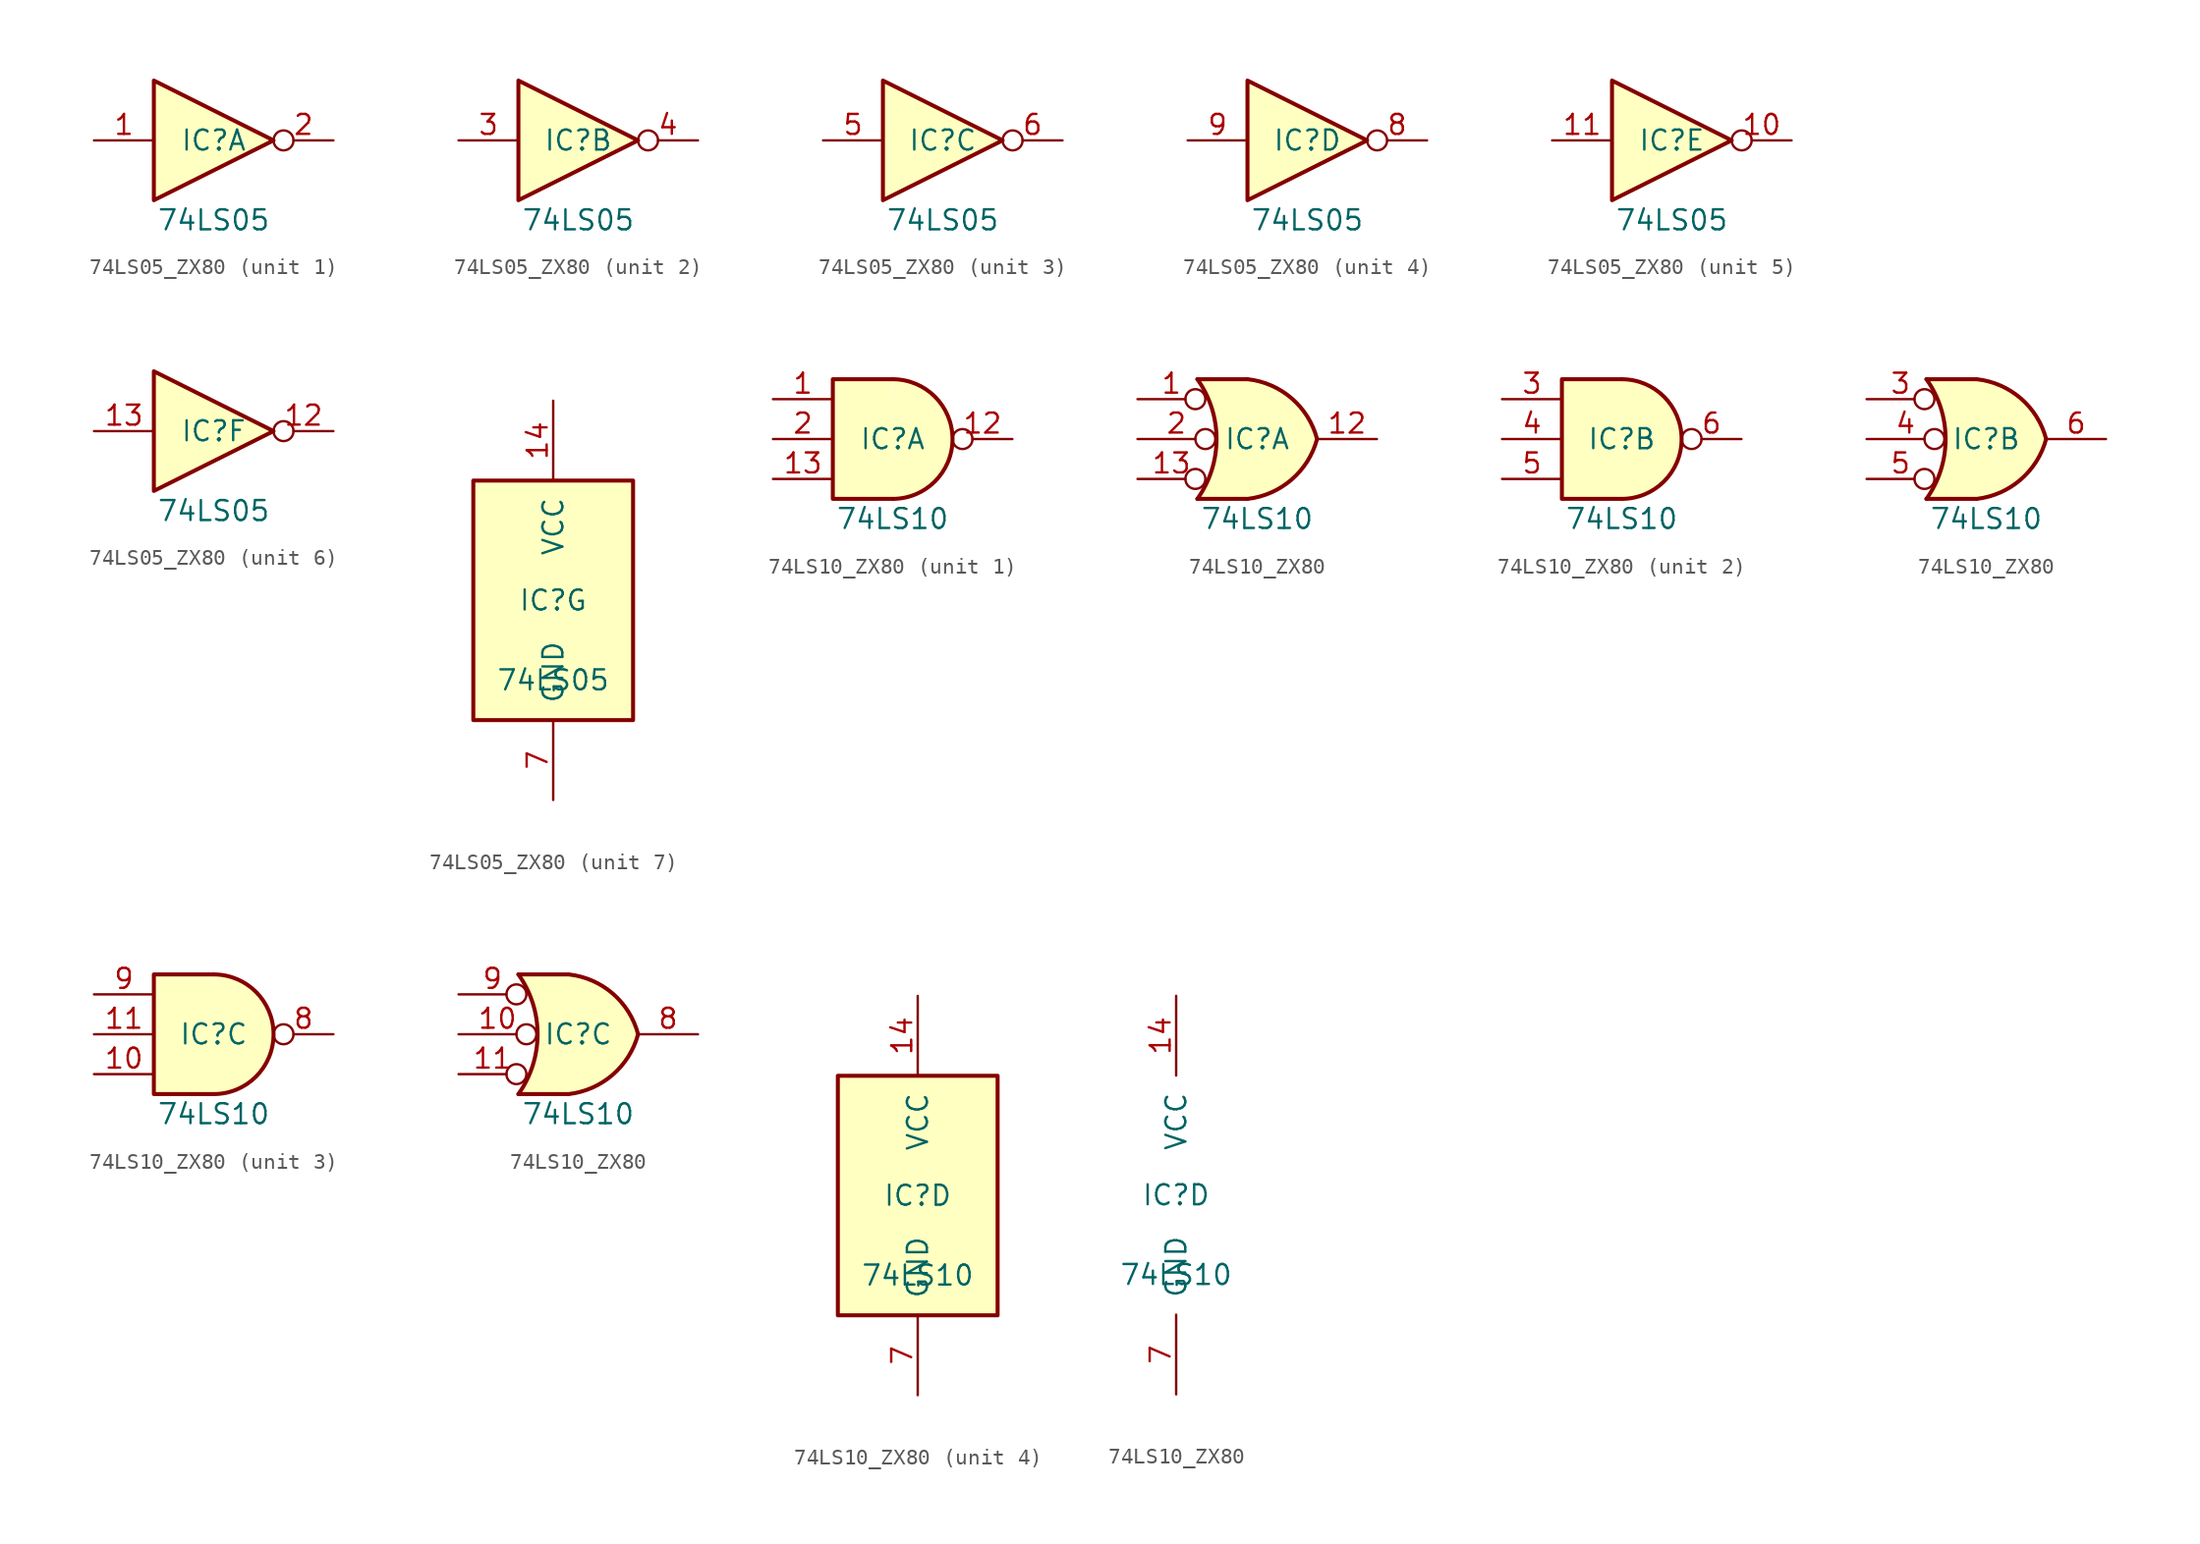
<source format=kicad_sym>
(kicad_symbol_lib
  (version 20220914)
  (generator kicad_symbol_editor)
  (symbol "74LS05_ZX80"
    (pin_names
      (offset 1.016))
    (property "Reference" "IC"
      (at 0 0 0)
      (effects (font (size 1.27 1.27))))
    (property "Value" "74LS05"
      (at 0 -5.08 0)
      (effects (font (size 1.27 1.27))))
    (property "ki_locked" ""
      (at 0 0 0)
      (effects (font (size 1.27 1.27))))
    (symbol "74LS05_ZX80_1_0"
      (polyline (pts (xy -3.81 3.81) (xy -3.81 -3.81) (xy 3.81 0) (xy -3.81 3.81)) (stroke (width 0.254) (type default)) (fill (type background)))
      (pin input line (at -7.62 0 0) (length 3.81) (name "~" (effects (font (size 1.27 1.27)))) (number "1" (effects (font (size 1.27 1.27)))))
      (pin open_collector inverted (at 7.62 0 180) (length 3.81) (name "~" (effects (font (size 1.27 1.27)))) (number "2" (effects (font (size 1.27 1.27))))))
    (symbol "74LS05_ZX80_2_0"
      (polyline (pts (xy -3.81 3.81) (xy -3.81 -3.81) (xy 3.81 0) (xy -3.81 3.81)) (stroke (width 0.254) (type default)) (fill (type background)))
      (pin input line (at -7.62 0 0) (length 3.81) (name "~" (effects (font (size 1.27 1.27)))) (number "3" (effects (font (size 1.27 1.27)))))
      (pin open_collector inverted (at 7.62 0 180) (length 3.81) (name "~" (effects (font (size 1.27 1.27)))) (number "4" (effects (font (size 1.27 1.27))))))
    (symbol "74LS05_ZX80_3_0"
      (polyline (pts (xy -3.81 3.81) (xy -3.81 -3.81) (xy 3.81 0) (xy -3.81 3.81)) (stroke (width 0.254) (type default)) (fill (type background)))
      (pin input line (at -7.62 0 0) (length 3.81) (name "~" (effects (font (size 1.27 1.27)))) (number "5" (effects (font (size 1.27 1.27)))))
      (pin open_collector inverted (at 7.62 0 180) (length 3.81) (name "~" (effects (font (size 1.27 1.27)))) (number "6" (effects (font (size 1.27 1.27))))))
    (symbol "74LS05_ZX80_4_0"
      (polyline (pts (xy -3.81 3.81) (xy -3.81 -3.81) (xy 3.81 0) (xy -3.81 3.81)) (stroke (width 0.254) (type default)) (fill (type background)))
      (pin open_collector inverted (at 7.62 0 180) (length 3.81) (name "~" (effects (font (size 1.27 1.27)))) (number "8" (effects (font (size 1.27 1.27)))))
      (pin input line (at -7.62 0 0) (length 3.81) (name "~" (effects (font (size 1.27 1.27)))) (number "9" (effects (font (size 1.27 1.27))))))
    (symbol "74LS05_ZX80_5_0"
      (polyline (pts (xy -3.81 3.81) (xy -3.81 -3.81) (xy 3.81 0) (xy -3.81 3.81)) (stroke (width 0.254) (type default)) (fill (type background)))
      (pin open_collector inverted (at 7.62 0 180) (length 3.81) (name "~" (effects (font (size 1.27 1.27)))) (number "10" (effects (font (size 1.27 1.27)))))
      (pin input line (at -7.62 0 0) (length 3.81) (name "~" (effects (font (size 1.27 1.27)))) (number "11" (effects (font (size 1.27 1.27))))))
    (symbol "74LS05_ZX80_6_0"
      (polyline (pts (xy -3.81 3.81) (xy -3.81 -3.81) (xy 3.81 0) (xy -3.81 3.81)) (stroke (width 0.254) (type default)) (fill (type background)))
      (pin open_collector inverted (at 7.62 0 180) (length 3.81) (name "~" (effects (font (size 1.27 1.27)))) (number "12" (effects (font (size 1.27 1.27)))))
      (pin input line (at -7.62 0 0) (length 3.81) (name "~" (effects (font (size 1.27 1.27)))) (number "13" (effects (font (size 1.27 1.27))))))
    (symbol "74LS05_ZX80_7_0"
      (pin power_in line (at 0 12.7 270) (length 5.08) (name "VCC" (effects (font (size 1.27 1.27)))) (number "14" (effects (font (size 1.27 1.27)))))
      (pin power_in line (at 0 -12.7 90) (length 5.08) (name "GND" (effects (font (size 1.27 1.27)))) (number "7" (effects (font (size 1.27 1.27))))))
    (symbol "74LS05_ZX80_7_1"
      (rectangle (start -5.08 7.62) (end 5.08 -7.62) (stroke (width 0.254) (type default)) (fill (type background)))))
  (symbol "74LS10_ZX80"
    (pin_names
      (offset 1.016))
    (property "Reference" "IC"
      (at 0 0 0)
      (effects (font (size 1.27 1.27))))
    (property "Value" "74LS10"
      (at 0 -5.08 0)
      (effects (font (size 1.27 1.27))))
    (property "ki_locked" ""
      (at 0 0 0)
      (effects (font (size 1.27 1.27))))
    (symbol "74LS10_ZX80_1_1"
      (arc (start 0 -3.81) (mid 3.7934 0) (end 0 3.81) (stroke (width 0.254) (type default)) (fill (type background)))
      (polyline (pts (xy 0 3.81) (xy -3.81 3.81) (xy -3.81 -3.81) (xy 0 -3.81)) (stroke (width 0.254) (type default)) (fill (type background)))
      (pin input line (at -7.62 2.54 0) (length 3.81) (name "~" (effects (font (size 1.27 1.27)))) (number "1" (effects (font (size 1.27 1.27)))))
      (pin output inverted (at 7.62 0 180) (length 3.81) (name "~" (effects (font (size 1.27 1.27)))) (number "12" (effects (font (size 1.27 1.27)))))
      (pin input line (at -7.62 -2.54 0) (length 3.81) (name "~" (effects (font (size 1.27 1.27)))) (number "13" (effects (font (size 1.27 1.27)))))
      (pin input line (at -7.62 0 0) (length 3.81) (name "~" (effects (font (size 1.27 1.27)))) (number "2" (effects (font (size 1.27 1.27))))))
    (symbol "74LS10_ZX80_1_2"
      (arc (start -3.81 -3.81) (mid -2.589 0) (end -3.81 3.81) (stroke (width 0.254) (type default)) (fill (type none)))
      (arc (start -0.6096 -3.81) (mid 2.1842 -2.5851) (end 3.81 0) (stroke (width 0.254) (type default)) (fill (type background)))
      (polyline (pts (xy -3.81 -3.81) (xy -0.635 -3.81)) (stroke (width 0.254) (type default)) (fill (type background)))
      (polyline (pts (xy -3.81 3.81) (xy -0.635 3.81)) (stroke (width 0.254) (type default)) (fill (type background)))
      (polyline (pts (xy -0.635 3.81) (xy -3.81 3.81) (xy -3.81 3.81) (xy -3.556 3.404) (xy -3.023 2.261) (xy -2.692 1.041) (xy -2.616 -0.254) (xy -2.769 -1.499) (xy -3.175 -2.718) (xy -3.81 -3.81) (xy -3.81 -3.81) (xy -0.635 -3.81)) (stroke (width -25.4) (type default)) (fill (type background)))
      (arc (start 3.81 0) (mid 2.1915 2.5936) (end -0.6096 3.81) (stroke (width 0.254) (type default)) (fill (type background)))
      (pin input inverted (at -7.62 2.54 0) (length 4.318) (name "~" (effects (font (size 1.27 1.27)))) (number "1" (effects (font (size 1.27 1.27)))))
      (pin output line (at 7.62 0 180) (length 3.81) (name "~" (effects (font (size 1.27 1.27)))) (number "12" (effects (font (size 1.27 1.27)))))
      (pin input inverted (at -7.62 -2.54 0) (length 4.318) (name "~" (effects (font (size 1.27 1.27)))) (number "13" (effects (font (size 1.27 1.27)))))
      (pin input inverted (at -7.62 0 0) (length 4.953) (name "~" (effects (font (size 1.27 1.27)))) (number "2" (effects (font (size 1.27 1.27))))))
    (symbol "74LS10_ZX80_2_1"
      (arc (start 0 -3.81) (mid 3.7934 0) (end 0 3.81) (stroke (width 0.254) (type default)) (fill (type background)))
      (polyline (pts (xy 0 3.81) (xy -3.81 3.81) (xy -3.81 -3.81) (xy 0 -3.81)) (stroke (width 0.254) (type default)) (fill (type background)))
      (pin input line (at -7.62 2.54 0) (length 3.81) (name "~" (effects (font (size 1.27 1.27)))) (number "3" (effects (font (size 1.27 1.27)))))
      (pin input line (at -7.62 0 0) (length 3.81) (name "~" (effects (font (size 1.27 1.27)))) (number "4" (effects (font (size 1.27 1.27)))))
      (pin input line (at -7.62 -2.54 0) (length 3.81) (name "~" (effects (font (size 1.27 1.27)))) (number "5" (effects (font (size 1.27 1.27)))))
      (pin output inverted (at 7.62 0 180) (length 3.81) (name "~" (effects (font (size 1.27 1.27)))) (number "6" (effects (font (size 1.27 1.27))))))
    (symbol "74LS10_ZX80_2_2"
      (arc (start -3.81 -3.81) (mid -2.589 0) (end -3.81 3.81) (stroke (width 0.254) (type default)) (fill (type none)))
      (arc (start -0.6096 -3.81) (mid 2.1842 -2.5851) (end 3.81 0) (stroke (width 0.254) (type default)) (fill (type background)))
      (polyline (pts (xy -3.81 -3.81) (xy -0.635 -3.81)) (stroke (width 0.254) (type default)) (fill (type background)))
      (polyline (pts (xy -3.81 3.81) (xy -0.635 3.81)) (stroke (width 0.254) (type default)) (fill (type background)))
      (polyline (pts (xy -0.635 3.81) (xy -3.81 3.81) (xy -3.81 3.81) (xy -3.556 3.404) (xy -3.023 2.261) (xy -2.692 1.041) (xy -2.616 -0.254) (xy -2.769 -1.499) (xy -3.175 -2.718) (xy -3.81 -3.81) (xy -3.81 -3.81) (xy -0.635 -3.81)) (stroke (width -25.4) (type default)) (fill (type background)))
      (arc (start 3.81 0) (mid 2.1915 2.5936) (end -0.6096 3.81) (stroke (width 0.254) (type default)) (fill (type background)))
      (pin input inverted (at -7.62 2.54 0) (length 4.318) (name "~" (effects (font (size 1.27 1.27)))) (number "3" (effects (font (size 1.27 1.27)))))
      (pin input inverted (at -7.62 0 0) (length 4.953) (name "~" (effects (font (size 1.27 1.27)))) (number "4" (effects (font (size 1.27 1.27)))))
      (pin input inverted (at -7.62 -2.54 0) (length 4.318) (name "~" (effects (font (size 1.27 1.27)))) (number "5" (effects (font (size 1.27 1.27)))))
      (pin output line (at 7.62 0 180) (length 3.81) (name "~" (effects (font (size 1.27 1.27)))) (number "6" (effects (font (size 1.27 1.27))))))
    (symbol "74LS10_ZX80_3_1"
      (arc (start 0 -3.81) (mid 3.7934 0) (end 0 3.81) (stroke (width 0.254) (type default)) (fill (type background)))
      (polyline (pts (xy 0 3.81) (xy -3.81 3.81) (xy -3.81 -3.81) (xy 0 -3.81)) (stroke (width 0.254) (type default)) (fill (type background)))
      (pin input line (at -7.62 -2.54 0) (length 3.81) (name "~" (effects (font (size 1.27 1.27)))) (number "10" (effects (font (size 1.27 1.27)))))
      (pin input line (at -7.62 0 0) (length 3.81) (name "~" (effects (font (size 1.27 1.27)))) (number "11" (effects (font (size 1.27 1.27)))))
      (pin output inverted (at 7.62 0 180) (length 3.81) (name "~" (effects (font (size 1.27 1.27)))) (number "8" (effects (font (size 1.27 1.27)))))
      (pin input line (at -7.62 2.54 0) (length 3.81) (name "~" (effects (font (size 1.27 1.27)))) (number "9" (effects (font (size 1.27 1.27))))))
    (symbol "74LS10_ZX80_3_2"
      (arc (start -3.81 -3.81) (mid -2.589 0) (end -3.81 3.81) (stroke (width 0.254) (type default)) (fill (type none)))
      (arc (start -0.6096 -3.81) (mid 2.1842 -2.5851) (end 3.81 0) (stroke (width 0.254) (type default)) (fill (type background)))
      (polyline (pts (xy -3.81 -3.81) (xy -0.635 -3.81)) (stroke (width 0.254) (type default)) (fill (type background)))
      (polyline (pts (xy -3.81 3.81) (xy -0.635 3.81)) (stroke (width 0.254) (type default)) (fill (type background)))
      (polyline (pts (xy -0.635 3.81) (xy -3.81 3.81) (xy -3.81 3.81) (xy -3.556 3.404) (xy -3.023 2.261) (xy -2.692 1.041) (xy -2.616 -0.254) (xy -2.769 -1.499) (xy -3.175 -2.718) (xy -3.81 -3.81) (xy -3.81 -3.81) (xy -0.635 -3.81)) (stroke (width -25.4) (type default)) (fill (type background)))
      (arc (start 3.81 0) (mid 2.1915 2.5936) (end -0.6096 3.81) (stroke (width 0.254) (type default)) (fill (type background)))
      (pin input inverted (at -7.62 0 0) (length 4.953) (name "~" (effects (font (size 1.27 1.27)))) (number "10" (effects (font (size 1.27 1.27)))))
      (pin input inverted (at -7.62 -2.54 0) (length 4.318) (name "~" (effects (font (size 1.27 1.27)))) (number "11" (effects (font (size 1.27 1.27)))))
      (pin output line (at 7.62 0 180) (length 3.81) (name "~" (effects (font (size 1.27 1.27)))) (number "8" (effects (font (size 1.27 1.27)))))
      (pin input inverted (at -7.62 2.54 0) (length 4.318) (name "~" (effects (font (size 1.27 1.27)))) (number "9" (effects (font (size 1.27 1.27))))))
    (symbol "74LS10_ZX80_4_0"
      (pin power_in line (at 0 12.7 270) (length 5.08) (name "VCC" (effects (font (size 1.27 1.27)))) (number "14" (effects (font (size 1.27 1.27)))))
      (pin power_in line (at 0 -12.7 90) (length 5.08) (name "GND" (effects (font (size 1.27 1.27)))) (number "7" (effects (font (size 1.27 1.27))))))
    (symbol "74LS10_ZX80_4_1"
      (rectangle (start -5.08 7.62) (end 5.08 -7.62) (stroke (width 0.254) (type default)) (fill (type background))))))
</source>
